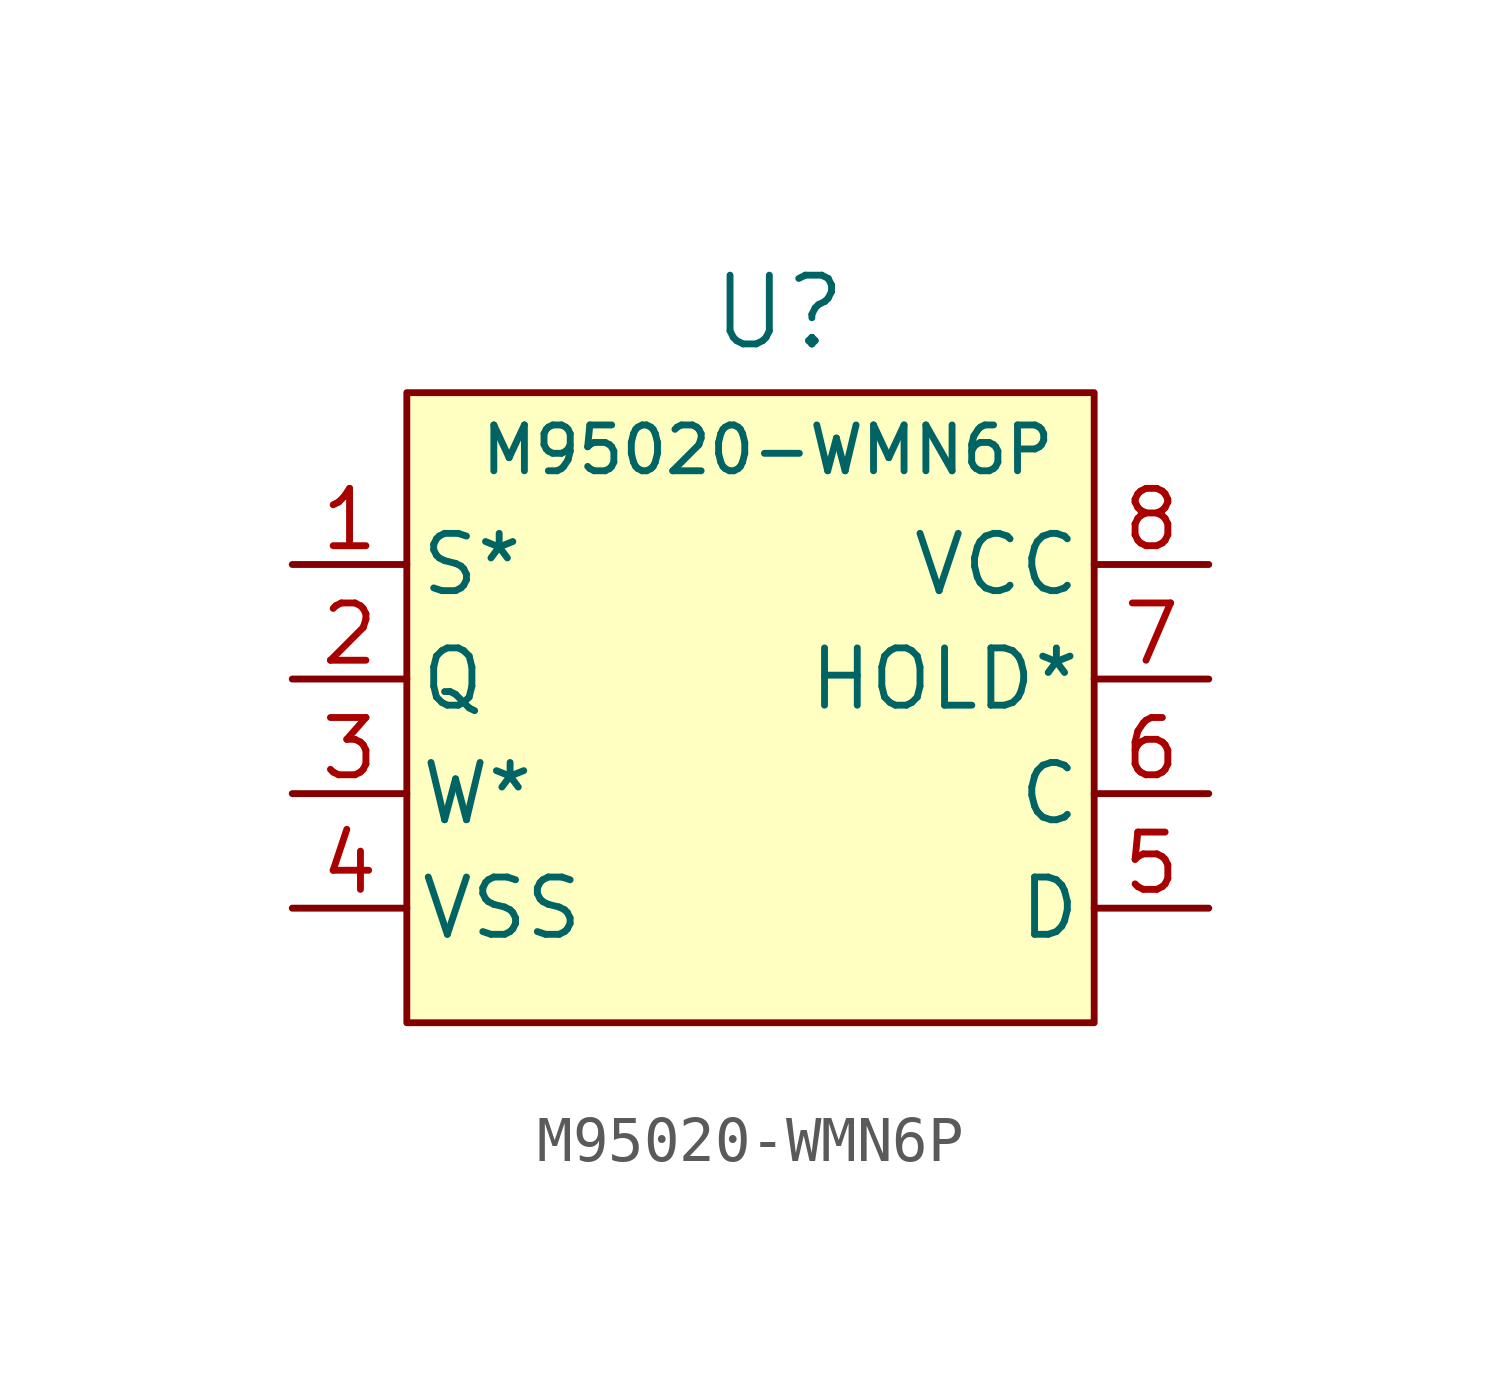
<source format=kicad_sym>
(kicad_symbol_lib
  (version 20211014)
  (generator kicad_symbol_editor)
  (symbol "M95020-WMN6P"
    (pin_names
      (offset 0.254))
    (property "Reference" "U"
      (at 0 9.398 0)
      (effects (font (size 1.524 1.524))))
    (property "Value" "M95020-WMN6P"
      (at -0.254 6.35 0)
      (effects (font (size 1.016 1.016))))
    (symbol "M95020-WMN6P_0_1"
      (rectangle (start -8.255 7.62) (end 6.985 -6.35) (stroke (width 0.152) (type default) (color 0 0 0 0)) (fill (type background))))
    (symbol "M95020-WMN6P_1_1"
      (pin input line (at -10.795 3.81 0) (length 2.54) (name "S*" (effects (font (size 1.27 1.27)))) (number "1" (effects (font (size 1.27 1.27)))))
      (pin output line (at -10.795 1.27 0) (length 2.54) (name "Q" (effects (font (size 1.27 1.27)))) (number "2" (effects (font (size 1.27 1.27)))))
      (pin input line (at -10.795 -1.27 0) (length 2.54) (name "W*" (effects (font (size 1.27 1.27)))) (number "3" (effects (font (size 1.27 1.27)))))
      (pin power_in line (at -10.795 -3.81 0) (length 2.54) (name "VSS" (effects (font (size 1.27 1.27)))) (number "4" (effects (font (size 1.27 1.27)))))
      (pin input line (at 9.525 -3.81 180) (length 2.54) (name "D" (effects (font (size 1.27 1.27)))) (number "5" (effects (font (size 1.27 1.27)))))
      (pin input line (at 9.525 -1.27 180) (length 2.54) (name "C" (effects (font (size 1.27 1.27)))) (number "6" (effects (font (size 1.27 1.27)))))
      (pin input line (at 9.525 1.27 180) (length 2.54) (name "HOLD*" (effects (font (size 1.27 1.27)))) (number "7" (effects (font (size 1.27 1.27)))))
      (pin power_in line (at 9.525 3.81 180) (length 2.54) (name "VCC" (effects (font (size 1.27 1.27)))) (number "8" (effects (font (size 1.27 1.27))))))))
</source>
